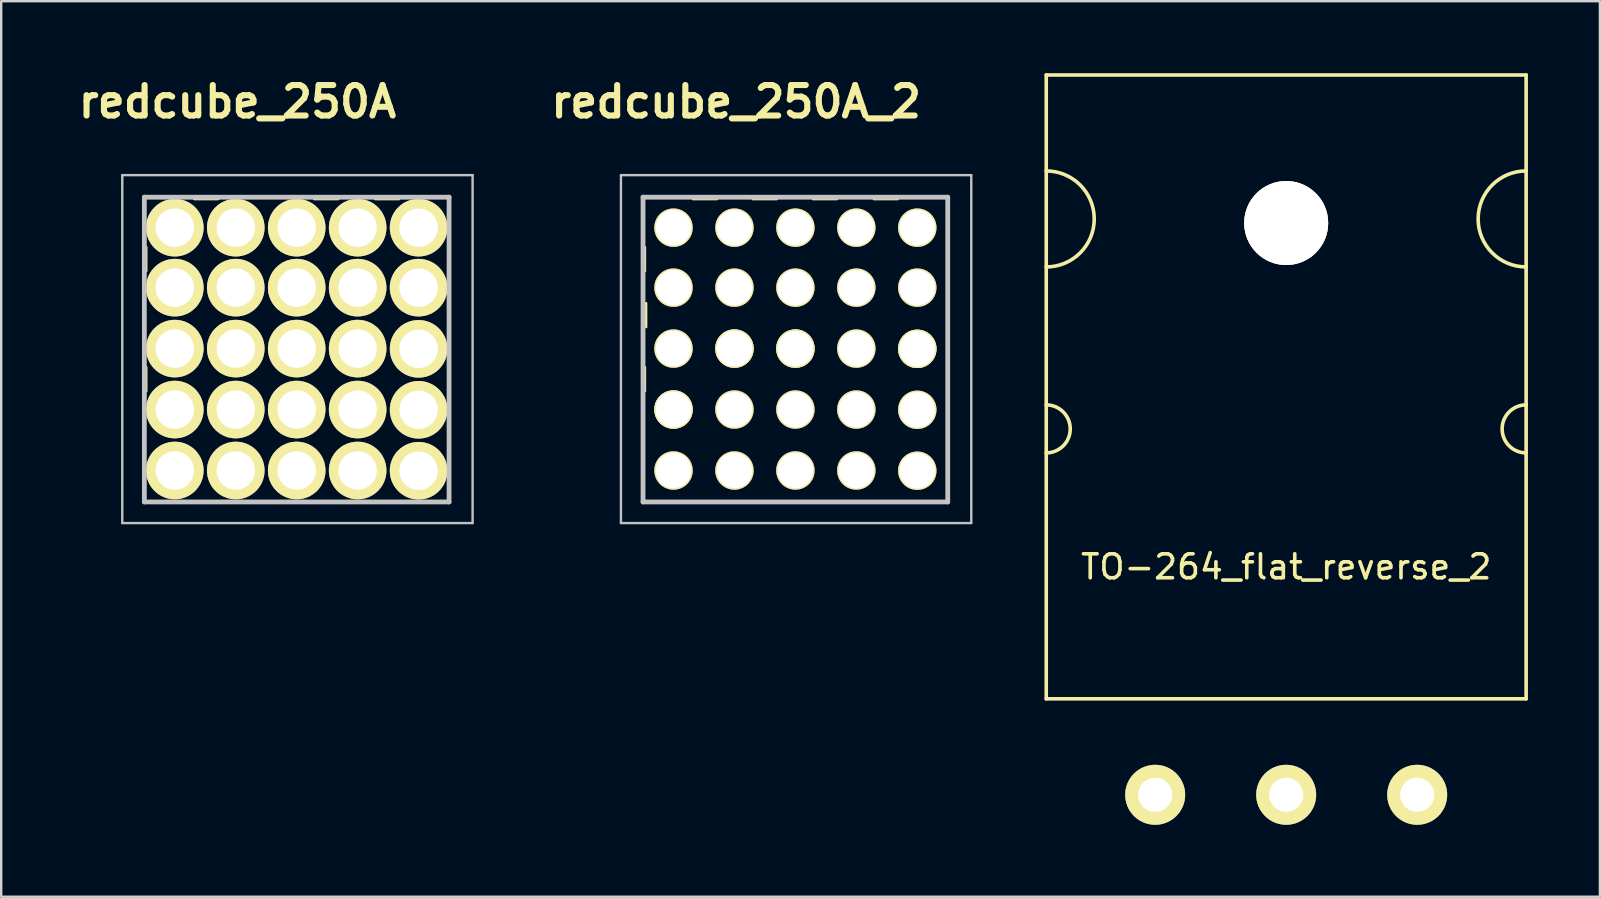
<source format=kicad_pcb>
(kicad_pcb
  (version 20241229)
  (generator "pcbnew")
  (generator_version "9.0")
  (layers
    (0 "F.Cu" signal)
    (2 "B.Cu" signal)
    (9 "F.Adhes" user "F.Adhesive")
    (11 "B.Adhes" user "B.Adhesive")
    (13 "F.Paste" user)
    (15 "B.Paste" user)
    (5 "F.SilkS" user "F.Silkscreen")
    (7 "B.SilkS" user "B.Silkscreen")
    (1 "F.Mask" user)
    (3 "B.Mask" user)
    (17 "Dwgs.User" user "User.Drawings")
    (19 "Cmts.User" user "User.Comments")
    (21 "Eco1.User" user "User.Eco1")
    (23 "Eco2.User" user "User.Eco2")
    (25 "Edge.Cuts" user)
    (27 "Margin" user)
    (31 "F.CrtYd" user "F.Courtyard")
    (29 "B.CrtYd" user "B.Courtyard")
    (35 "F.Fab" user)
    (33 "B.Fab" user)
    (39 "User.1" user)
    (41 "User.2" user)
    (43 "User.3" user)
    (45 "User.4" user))
  (footprint "redcube_250A_2"
    (layer "F.Cu")
    (at 30.23 11.489)
    (property "Reference" "redcube_250A_2" (at -2.6 -10.3 0) (layer "F.SilkS") (effects (font (size 1.27 1.27) (thickness 0.254))))
    (attr through_hole)
    (fp_line (start -6.477 3.302) (end -6.477 4.302) (stroke (width 0.1) (type solid)) (layer "F.SilkS"))
    (fp_line (start -6.4 -4.24) (end -6.4 -3.24) (stroke (width 0.1) (type solid)) (layer "F.SilkS"))
    (fp_line (start -6.4 0.76) (end -6.4 1.76) (stroke (width 0.1) (type solid)) (layer "F.SilkS"))
    (fp_line (start -6.35 -1.905) (end -6.35 -0.905) (stroke (width 0.1) (type solid)) (layer "F.SilkS"))
    (fp_line (start -4.4 -6.24) (end -3.4 -6.24) (stroke (width 0.1) (type solid)) (layer "F.SilkS"))
    (fp_line (start -4.4 6.38) (end -3.4 6.38) (stroke (width 0.1) (type solid)) (layer "F.SilkS"))
    (fp_line (start -1.905 -6.24) (end -0.905 -6.24) (stroke (width 0.1) (type solid)) (layer "F.SilkS"))
    (fp_line (start -1.905 6.35) (end -0.905 6.35) (stroke (width 0.1) (type solid)) (layer "F.SilkS"))
    (fp_line (start 0.6 -6.24) (end 1.6 -6.24) (stroke (width 0.1) (type solid)) (layer "F.SilkS"))
    (fp_line (start 0.632 6.38) (end 1.632 6.38) (stroke (width 0.1) (type solid)) (layer "F.SilkS"))
    (fp_line (start 3.14 -6.24) (end 4.14 -6.24) (stroke (width 0.1) (type solid)) (layer "F.SilkS"))
    (fp_line (start 3.175 6.35) (end 4.175 6.35) (stroke (width 0.1) (type solid)) (layer "F.SilkS"))
    (fp_line (start 6.22 -4.288) (end 6.22 -3.288) (stroke (width 0.1) (type solid)) (layer "F.SilkS"))
    (fp_line (start 6.22 -1.905) (end 6.22 -0.905) (stroke (width 0.1) (type solid)) (layer "F.SilkS"))
    (fp_line (start 6.22 0.76) (end 6.22 1.76) (stroke (width 0.1) (type solid)) (layer "F.SilkS"))
    (fp_line (start 6.223 3.302) (end 6.223 4.302) (stroke (width 0.1) (type solid)) (layer "F.SilkS"))
    (fp_line (start -7.4 -7.24) (end 7.2 -7.24) (stroke (width 0.1) (type solid)) (layer "Dwgs.User"))
    (fp_line (start -7.4 7.26) (end -7.4 -7.24) (stroke (width 0.1) (type solid)) (layer "Dwgs.User"))
    (fp_line (start -6.48 -6.32) (end 6.22 -6.32) (stroke (width 0.2) (type solid)) (layer "Dwgs.User"))
    (fp_line (start -6.48 6.38) (end -6.48 -6.32) (stroke (width 0.2) (type solid)) (layer "Dwgs.User"))
    (fp_line (start -6.48 6.38) (end 6.22 6.38) (stroke (width 0.2) (type solid)) (layer "Dwgs.User"))
    (fp_line (start 6.22 -6.32) (end 6.22 6.38) (stroke (width 0.2) (type solid)) (layer "Dwgs.User"))
    (fp_line (start 7.2 -7.24) (end 7.2 7.26) (stroke (width 0.1) (type solid)) (layer "Dwgs.User"))
    (fp_line (start 7.2 7.26) (end -7.4 7.26) (stroke (width 0.1) (type solid)) (layer "Dwgs.User"))
    (pad "1" thru_hole circle (at -5.21 -5.05 90) (size 1.6 1.6) (drill 1.475) (layers "*.Cu" "*.Mask" "F.SilkS"))
    (pad "1" thru_hole circle (at -5.21 -2.55 90) (size 1.6 1.6) (drill 1.475) (layers "*.Cu" "*.Mask" "F.SilkS"))
    (pad "1" thru_hole circle (at -5.21 -0.01 90) (size 1.6 1.6) (drill 1.475) (layers "*.Cu" "*.Mask" "F.SilkS"))
    (pad "1" thru_hole circle (at -5.21 2.53 90) (size 1.6 1.6) (drill 1.475) (layers "*.Cu" "*.Mask" "F.SilkS"))
    (pad "1" thru_hole circle (at -5.21 2.53 90) (size 1.6 1.6) (drill 1.475) (layers "*.Cu" "*.Mask" "F.SilkS"))
    (pad "1" thru_hole circle (at -5.21 5.07 90) (size 1.6 1.6) (drill 1.475) (layers "*.Cu" "*.Mask" "F.SilkS"))
    (pad "1" thru_hole circle (at -2.67 -5.05 90) (size 1.6 1.6) (drill 1.475) (layers "*.Cu" "*.Mask" "F.SilkS"))
    (pad "1" thru_hole circle (at -2.67 -2.55 90) (size 1.6 1.6) (drill 1.475) (layers "*.Cu" "*.Mask" "F.SilkS"))
    (pad "1" thru_hole circle (at -2.67 -0.01 90) (size 1.6 1.6) (drill 1.475) (layers "*.Cu" "*.Mask" "F.SilkS"))
    (pad "1" thru_hole circle (at -2.67 -0.01 90) (size 1.6 1.6) (drill 1.475) (layers "*.Cu" "*.Mask" "F.SilkS"))
    (pad "1" thru_hole circle (at -2.67 2.53 90) (size 1.6 1.6) (drill 1.475) (layers "*.Cu" "*.Mask" "F.SilkS"))
    (pad "1" thru_hole circle (at -2.67 5.07 90) (size 1.6 1.6) (drill 1.475) (layers "*.Cu" "*.Mask" "F.SilkS"))
    (pad "1" thru_hole circle (at -0.13 -5.05 90) (size 1.6 1.6) (drill 1.475) (layers "*.Cu" "*.Mask" "F.SilkS"))
    (pad "1" thru_hole circle (at -0.13 -2.55 90) (size 1.6 1.6) (drill 1.475) (layers "*.Cu" "*.Mask" "F.SilkS"))
    (pad "1" thru_hole circle (at -0.13 -0.01 90) (size 1.6 1.6) (drill 1.475) (layers "*.Cu" "*.Mask" "F.SilkS"))
    (pad "1" thru_hole circle (at -0.13 -0.01 90) (size 1.6 1.6) (drill 1.475) (layers "*.Cu" "*.Mask" "F.SilkS"))
    (pad "1" thru_hole circle (at -0.13 2.53 90) (size 1.6 1.6) (drill 1.475) (layers "*.Cu" "*.Mask" "F.SilkS"))
    (pad "1" thru_hole circle (at -0.13 5.07 90) (size 1.6 1.6) (drill 1.475) (layers "*.Cu" "*.Mask" "F.SilkS"))
    (pad "1" thru_hole circle (at 2.41 -5.05 90) (size 1.6 1.6) (drill 1.475) (layers "*.Cu" "*.Mask" "F.SilkS"))
    (pad "1" thru_hole circle (at 2.41 -2.55 90) (size 1.6 1.6) (drill 1.475) (layers "*.Cu" "*.Mask" "F.SilkS"))
    (pad "1" thru_hole circle (at 2.41 -0.01 90) (size 1.6 1.6) (drill 1.475) (layers "*.Cu" "*.Mask" "F.SilkS"))
    (pad "1" thru_hole circle (at 2.41 2.53 90) (size 1.6 1.6) (drill 1.475) (layers "*.Cu" "*.Mask" "F.SilkS"))
    (pad "1" thru_hole circle (at 2.41 5.07 90) (size 1.6 1.6) (drill 1.475) (layers "*.Cu" "*.Mask" "F.SilkS"))
    (pad "1" thru_hole circle (at 4.95 -5.05 90) (size 1.6 1.6) (drill 1.475) (layers "*.Cu" "*.Mask" "F.SilkS"))
    (pad "1" thru_hole circle (at 4.95 -2.55 90) (size 1.6 1.6) (drill 1.475) (layers "*.Cu" "*.Mask" "F.SilkS"))
    (pad "1" thru_hole circle (at 4.95 0 90) (size 1.6 1.6) (drill 1.475) (layers "*.Cu" "*.Mask" "F.SilkS"))
    (pad "1" thru_hole circle (at 4.95 0 90) (size 1.6 1.6) (drill 1.475) (layers "*.Cu" "*.Mask" "F.SilkS"))
    (pad "1" thru_hole circle (at 4.95 2.54 90) (size 1.6 1.6) (drill 1.475) (layers "*.Cu" "*.Mask" "F.SilkS"))
    (pad "1" thru_hole circle (at 4.95 5.08 90) (size 1.6 1.6) (drill 1.475) (layers "*.Cu" "*.Mask" "F.SilkS")))
  (footprint "TO-264_flat_reverse_2"
    (layer "F.Cu")
    (at 50.555 26.075)
    (property "Reference" "TO-264_flat_reverse_2" (at 0 -5.5 0) (layer "F.SilkS") (effects (font (size 1 1) (thickness 0.15))))
    (attr through_hole)
    (fp_line (start -10 -26) (end 10 -26) (stroke (width 0.15) (type solid)) (layer "F.SilkS"))
    (fp_line (start -10 0) (end -10 -26) (stroke (width 0.15) (type solid)) (layer "F.SilkS"))
    (fp_line (start 10 -26) (end 10 0) (stroke (width 0.15) (type solid)) (layer "F.SilkS"))
    (fp_line (start 10 0) (end -10 0) (stroke (width 0.15) (type solid)) (layer "F.SilkS"))
    (fp_arc (start -10 -22) (mid -8 -20) (end -10 -18) (stroke (width 0.15) (type solid)) (layer "F.SilkS"))
    (fp_arc (start -10 -12.25) (mid -9 -11.25) (end -10 -10.25) (stroke (width 0.15) (type solid)) (layer "F.SilkS"))
    (fp_arc (start 10 -18) (mid 8 -20) (end 10 -22) (stroke (width 0.15) (type solid)) (layer "F.SilkS"))
    (fp_arc (start 10 -10.25) (mid 9 -11.25) (end 10 -12.25) (stroke (width 0.15) (type solid)) (layer "F.SilkS"))
    (pad "" thru_hole circle (at 0 -19.83) (size 3.5 3.5) (drill 3.5) (layers "*.Cu" "*.Mask" "F.SilkS"))
    (pad "1" thru_hole circle (at 5.46 4) (size 2.5 2.5) (drill 1.42) (layers "*.Cu" "*.Mask" "F.SilkS"))
    (pad "2" thru_hole circle (at 0 4) (size 2.5 2.5) (drill 1.42) (layers "*.Cu" "*.Mask" "F.SilkS"))
    (pad "3" thru_hole circle (at -5.46 4) (size 2.5 2.5) (drill 1.42) (layers "*.Cu" "*.Mask" "F.SilkS")))
  (footprint "redcube_250A"
    (layer "F.Cu")
    (at 9.446 11.489)
    (property "Reference" "redcube_250A" (at -2.6 -10.3 0) (layer "F.SilkS") (effects (font (size 1.27 1.27) (thickness 0.254))))
    (attr through_hole)
    (fp_line (start -6.4 -4.24) (end -6.4 -3.24) (stroke (width 0.1) (type solid)) (layer "F.SilkS"))
    (fp_line (start -6.4 0.76) (end -6.4 1.76) (stroke (width 0.1) (type solid)) (layer "F.SilkS"))
    (fp_line (start -4.4 -6.24) (end -3.4 -6.24) (stroke (width 0.1) (type solid)) (layer "F.SilkS"))
    (fp_line (start -4.4 6.38) (end -3.4 6.38) (stroke (width 0.1) (type solid)) (layer "F.SilkS"))
    (fp_line (start 0.6 -6.24) (end 1.6 -6.24) (stroke (width 0.1) (type solid)) (layer "F.SilkS"))
    (fp_line (start 0.632 6.38) (end 1.632 6.38) (stroke (width 0.1) (type solid)) (layer "F.SilkS"))
    (fp_line (start 3.14 -6.24) (end 4.14 -6.24) (stroke (width 0.1) (type solid)) (layer "F.SilkS"))
    (fp_line (start 6.22 -4.288) (end 6.22 -3.288) (stroke (width 0.1) (type solid)) (layer "F.SilkS"))
    (fp_line (start 6.22 0.76) (end 6.22 1.76) (stroke (width 0.1) (type solid)) (layer "F.SilkS"))
    (fp_line (start -7.4 -7.24) (end 7.2 -7.24) (stroke (width 0.1) (type solid)) (layer "Dwgs.User"))
    (fp_line (start -7.4 7.26) (end -7.4 -7.24) (stroke (width 0.1) (type solid)) (layer "Dwgs.User"))
    (fp_line (start -6.48 -6.32) (end 6.22 -6.32) (stroke (width 0.2) (type solid)) (layer "Dwgs.User"))
    (fp_line (start -6.48 6.38) (end -6.48 -6.32) (stroke (width 0.2) (type solid)) (layer "Dwgs.User"))
    (fp_line (start -6.48 6.38) (end 6.22 6.38) (stroke (width 0.2) (type solid)) (layer "Dwgs.User"))
    (fp_line (start 6.22 -6.32) (end 6.22 6.38) (stroke (width 0.2) (type solid)) (layer "Dwgs.User"))
    (fp_line (start 7.2 -7.24) (end 7.2 7.26) (stroke (width 0.1) (type solid)) (layer "Dwgs.User"))
    (fp_line (start 7.2 7.26) (end -7.4 7.26) (stroke (width 0.1) (type solid)) (layer "Dwgs.User"))
    (pad "1" thru_hole circle (at -5.21 -5.05 90) (size 2.4 2.4) (drill 1.6) (layers "*.Cu" "*.Mask" "F.SilkS"))
    (pad "1" thru_hole circle (at -5.21 -2.55 90) (size 2.4 2.4) (drill 1.6) (layers "*.Cu" "*.Mask" "F.SilkS"))
    (pad "1" thru_hole circle (at -5.21 -0.01 90) (size 2.4 2.4) (drill 1.6) (layers "*.Cu" "*.Mask" "F.SilkS"))
    (pad "1" thru_hole circle (at -5.21 2.53 90) (size 2.4 2.4) (drill 1.6) (layers "*.Cu" "*.Mask" "F.SilkS"))
    (pad "1" thru_hole circle (at -5.21 5.07 90) (size 2.4 2.4) (drill 1.6) (layers "*.Cu" "*.Mask" "F.SilkS"))
    (pad "1" thru_hole circle (at -2.67 -5.05 90) (size 2.4 2.4) (drill 1.6) (layers "*.Cu" "*.Mask" "F.SilkS"))
    (pad "1" thru_hole circle (at -2.67 -2.55 90) (size 2.4 2.4) (drill 1.6) (layers "*.Cu" "*.Mask" "F.SilkS"))
    (pad "1" thru_hole circle (at -2.67 -0.01 90) (size 2.4 2.4) (drill 1.6) (layers "*.Cu" "*.Mask" "F.SilkS"))
    (pad "1" thru_hole circle (at -2.67 2.53 90) (size 2.4 2.4) (drill 1.6) (layers "*.Cu" "*.Mask" "F.SilkS"))
    (pad "1" thru_hole circle (at -2.67 5.07 90) (size 2.4 2.4) (drill 1.6) (layers "*.Cu" "*.Mask" "F.SilkS"))
    (pad "1" thru_hole circle (at -0.13 -5.05 90) (size 2.4 2.4) (drill 1.6) (layers "*.Cu" "*.Mask" "F.SilkS"))
    (pad "1" thru_hole circle (at -0.13 -2.55 90) (size 2.4 2.4) (drill 1.6) (layers "*.Cu" "*.Mask" "F.SilkS"))
    (pad "1" thru_hole circle (at -0.13 -0.01 90) (size 2.4 2.4) (drill 1.6) (layers "*.Cu" "*.Mask" "F.SilkS"))
    (pad "1" thru_hole circle (at -0.13 2.53 90) (size 2.4 2.4) (drill 1.6) (layers "*.Cu" "*.Mask" "F.SilkS"))
    (pad "1" thru_hole circle (at -0.13 5.07 90) (size 2.4 2.4) (drill 1.6) (layers "*.Cu" "*.Mask" "F.SilkS"))
    (pad "1" thru_hole circle (at 2.41 -5.05 90) (size 2.4 2.4) (drill 1.6) (layers "*.Cu" "*.Mask" "F.SilkS"))
    (pad "1" thru_hole circle (at 2.41 -2.55 90) (size 2.4 2.4) (drill 1.6) (layers "*.Cu" "*.Mask" "F.SilkS"))
    (pad "1" thru_hole circle (at 2.41 -0.01 90) (size 2.4 2.4) (drill 1.6) (layers "*.Cu" "*.Mask" "F.SilkS"))
    (pad "1" thru_hole circle (at 2.41 2.53 90) (size 2.4 2.4) (drill 1.6) (layers "*.Cu" "*.Mask" "F.SilkS"))
    (pad "1" thru_hole circle (at 2.41 5.07 90) (size 2.4 2.4) (drill 1.6) (layers "*.Cu" "*.Mask" "F.SilkS"))
    (pad "1" thru_hole circle (at 4.95 -5.05 90) (size 2.4 2.4) (drill 1.6) (layers "*.Cu" "*.Mask" "F.SilkS"))
    (pad "1" thru_hole circle (at 4.95 -2.55 90) (size 2.4 2.4) (drill 1.6) (layers "*.Cu" "*.Mask" "F.SilkS"))
    (pad "1" thru_hole circle (at 4.95 0 90) (size 2.4 2.4) (drill 1.6) (layers "*.Cu" "*.Mask" "F.SilkS"))
    (pad "1" thru_hole circle (at 4.95 2.54 90) (size 2.4 2.4) (drill 1.6) (layers "*.Cu" "*.Mask" "F.SilkS"))
    (pad "1" thru_hole circle (at 4.95 5.08 90) (size 2.4 2.4) (drill 1.6) (layers "*.Cu" "*.Mask" "F.SilkS")))
  (gr_rect
    (start -3 -3)
    (end 63.63 34.325)
    (stroke (width 0.1) (type default))
    (fill no)
    (layer "Edge.Cuts")))
</source>
